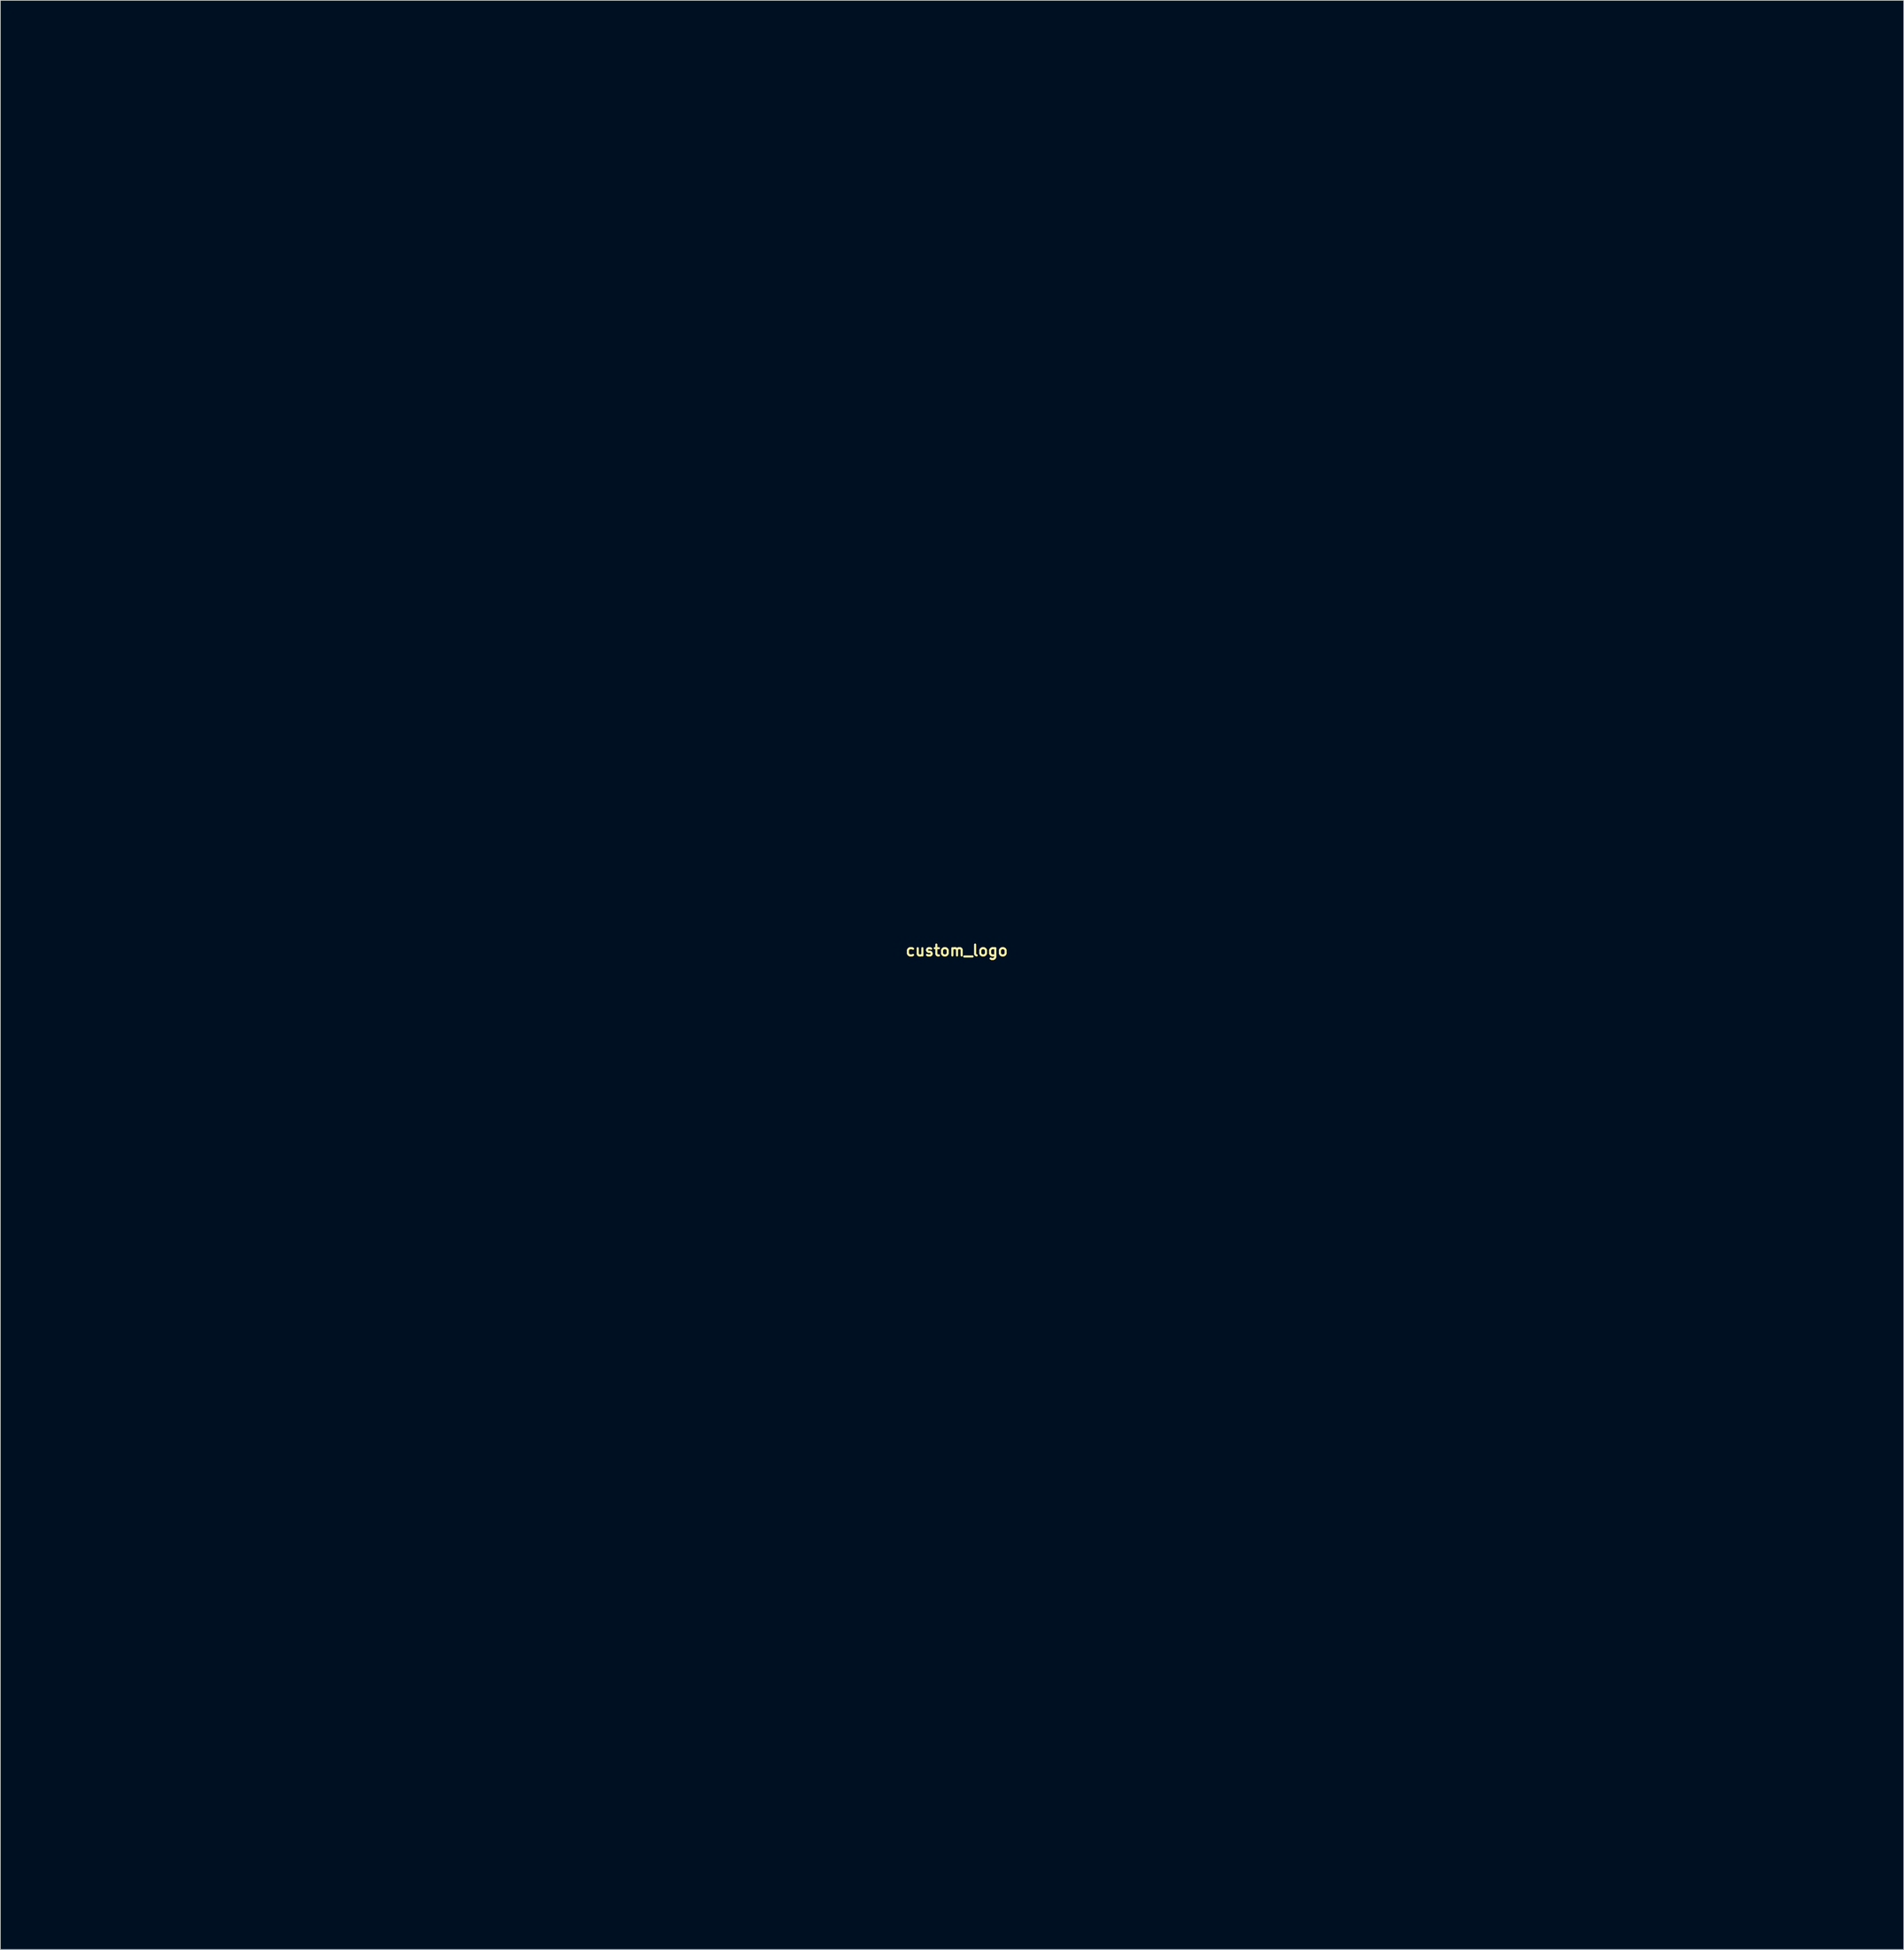
<source format=kicad_pcb>
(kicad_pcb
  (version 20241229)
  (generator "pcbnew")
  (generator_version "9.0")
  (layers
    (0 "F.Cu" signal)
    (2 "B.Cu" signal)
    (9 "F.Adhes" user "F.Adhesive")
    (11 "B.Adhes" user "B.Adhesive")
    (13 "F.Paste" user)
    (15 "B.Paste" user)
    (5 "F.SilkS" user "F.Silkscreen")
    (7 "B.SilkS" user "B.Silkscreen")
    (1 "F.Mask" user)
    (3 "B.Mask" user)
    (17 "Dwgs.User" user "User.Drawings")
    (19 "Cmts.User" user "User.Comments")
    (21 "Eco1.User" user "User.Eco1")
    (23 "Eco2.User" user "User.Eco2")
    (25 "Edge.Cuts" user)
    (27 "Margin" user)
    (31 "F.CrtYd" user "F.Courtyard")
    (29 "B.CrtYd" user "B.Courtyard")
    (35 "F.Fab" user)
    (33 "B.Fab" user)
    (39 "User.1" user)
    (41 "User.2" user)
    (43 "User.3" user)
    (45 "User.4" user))
  (footprint "custom_logo"
    (layer "F.Cu")
    (at 131.209 130.316)
    (property "Reference" "custom_logo" (at 0 0 0) (layer "F.SilkS") (effects (font (size 1.524 1.524) (thickness 0.3))))
    (attr through_hole)
    (fp_poly (pts (xy 40.158 -0.536) (xy 41.552 0.177) (xy 42.84 1.268) (xy 43.925 2.663) (xy 44.437 3.609) (xy 44.721 4.308) (xy 44.904 5.011) (xy 45.005 5.867) (xy 45.047 7.024) (xy 45.052 7.887) (xy 45.04 9.233) (xy 44.987 10.196) (xy 44.867 10.927) (xy 44.656 11.579) (xy 44.328 12.302) (xy 44.301 12.356) (xy 43.391 13.798) (xy 42.231 15.018) (xy 40.945 15.904) (xy 39.985 16.278) (xy 39.07 16.487) (xy 38.424 16.54) (xy 37.801 16.429) (xy 37.061 16.183) (xy 35.602 15.392) (xy 34.366 14.189) (xy 33.382 12.662) (xy 32.679 10.897) (xy 32.285 8.979) (xy 32.229 6.996) (xy 32.538 5.035) (xy 32.978 3.743) (xy 33.843 2.207) (xy 34.985 0.911) (xy 36.305 -0.07) (xy 37.705 -0.659) (xy 38.754 -0.796) (xy 40.158 -0.536)) (stroke (width 0.01) (type solid)) (fill no) (layer "Eco2.User"))
    (fp_poly (pts (xy 115.427 -126.171) (xy 116.138 -126.069) (xy 116.606 -125.861) (xy 116.84 -125.663) (xy 117.244 -124.898) (xy 117.31 -123.817) (xy 117.067 -122.491) (xy 116.545 -120.994) (xy 115.773 -119.397) (xy 114.781 -117.771) (xy 113.599 -116.189) (xy 112.383 -114.847) (xy 110.9 -113.484) (xy 109.315 -112.282) (xy 107.543 -111.195) (xy 105.498 -110.176) (xy 103.095 -109.178) (xy 100.249 -108.154) (xy 100.205 -108.139) (xy 98.726 -107.625) (xy 97.385 -107.138) (xy 96.283 -106.714) (xy 95.517 -106.393) (xy 95.23 -106.247) (xy 94.806 -105.781) (xy 94.243 -104.88) (xy 93.578 -103.614) (xy 92.845 -102.055) (xy 92.081 -100.271) (xy 91.571 -98.993) (xy 91.135 -98.014) (xy 90.723 -97.343) (xy 90.384 -97.029) (xy 90.165 -97.121) (xy 90.11 -97.523) (xy 90.193 -97.929) (xy 90.418 -98.743) (xy 90.756 -99.864) (xy 91.177 -101.192) (xy 91.43 -101.964) (xy 92.743 -105.938) (xy 87.947 -105.744) (xy 86.02 -105.678) (xy 84.604 -105.661) (xy 83.676 -105.691) (xy 83.214 -105.769) (xy 83.152 -105.831) (xy 83.183 -106.013) (xy 83.324 -106.164) (xy 83.643 -106.301) (xy 84.209 -106.443) (xy 85.092 -106.605) (xy 86.36 -106.805) (xy 88.083 -107.059) (xy 88.259 -107.085) (xy 89.808 -107.326) (xy 91.201 -107.573) (xy 92.34 -107.805) (xy 93.126 -108.003) (xy 93.432 -108.121) (xy 93.81 -108.522) (xy 93.821 -108.538) (xy 95.972 -108.538) (xy 96.714 -108.715) (xy 97.31 -108.869) (xy 98.249 -109.123) (xy 99.358 -109.431) (xy 99.728 -109.535) (xy 102.806 -110.598) (xy 105.698 -111.973) (xy 108.337 -113.612) (xy 110.656 -115.467) (xy 112.587 -117.49) (xy 114.062 -119.631) (xy 114.188 -119.863) (xy 114.672 -120.883) (xy 115.129 -122.039) (xy 115.5 -123.159) (xy 115.726 -124.07) (xy 115.767 -124.431) (xy 115.529 -124.564) (xy 114.889 -124.596) (xy 113.97 -124.543) (xy 112.894 -124.417) (xy 111.78 -124.233) (xy 110.752 -124.004) (xy 110.022 -123.779) (xy 107.638 -122.635) (xy 105.275 -121.01) (xy 102.988 -118.962) (xy 100.83 -116.543) (xy 98.855 -113.809) (xy 97.117 -110.814) (xy 96.949 -110.483) (xy 95.972 -108.538) (xy 93.821 -108.538) (xy 94.327 -109.262) (xy 94.885 -110.199) (xy 95.024 -110.457) (xy 97.096 -114.021) (xy 99.305 -117.161) (xy 101.631 -119.86) (xy 104.056 -122.103) (xy 106.559 -123.874) (xy 109.121 -125.157) (xy 111.724 -125.937) (xy 114.328 -126.198) (xy 115.427 -126.171)) (stroke (width 0.01) (type solid)) (fill no) (layer "Eco2.User"))
    (fp_poly (pts (xy -19.474 -130.266) (xy -17.658 -130.097) (xy -16.051 -129.773) (xy -14.493 -129.262) (xy -12.9 -128.569) (xy -11.581 -127.805) (xy -10.78 -126.992) (xy -10.482 -126.085) (xy -10.67 -125.042) (xy -11.204 -124.008) (xy -12.702 -122.062) (xy -14.644 -120.193) (xy -16.937 -118.462) (xy -19.49 -116.929) (xy -22.213 -115.654) (xy -25.014 -114.698) (xy -25.487 -114.572) (xy -27.667 -114.089) (xy -29.868 -113.752) (xy -32.175 -113.56) (xy -34.669 -113.511) (xy -37.436 -113.603) (xy -40.559 -113.834) (xy -43.848 -114.172) (xy -45.708 -114.353) (xy -47.147 -114.416) (xy -48.268 -114.357) (xy -49.171 -114.17) (xy -49.877 -113.893) (xy -50.401 -113.547) (xy -51.231 -112.886) (xy -52.294 -111.975) (xy -53.516 -110.877) (xy -54.825 -109.653) (xy -55.269 -109.228) (xy -56.753 -107.81) (xy -57.902 -106.748) (xy -58.752 -106.009) (xy -59.339 -105.565) (xy -59.7 -105.385) (xy -59.851 -105.411) (xy -60.124 -105.806) (xy -60.158 -105.941) (xy -59.987 -106.197) (xy -59.51 -106.79) (xy -58.776 -107.66) (xy -57.838 -108.746) (xy -56.746 -109.989) (xy -56.214 -110.587) (xy -55.065 -111.88) (xy -54.041 -113.043) (xy -53.194 -114.015) (xy -52.577 -114.737) (xy -52.241 -115.147) (xy -52.196 -115.214) (xy -52.413 -115.361) (xy -53.065 -115.666) (xy -54.082 -116.1) (xy -55.398 -116.634) (xy -55.825 -116.801) (xy -46.313 -116.801) (xy -45.99 -116.693) (xy -45.254 -116.531) (xy -44.22 -116.334) (xy -43.005 -116.124) (xy -41.726 -115.922) (xy -40.498 -115.747) (xy -39.972 -115.68) (xy -38.872 -115.597) (xy -37.402 -115.554) (xy -35.723 -115.549) (xy -33.996 -115.581) (xy -32.383 -115.647) (xy -31.047 -115.747) (xy -30.74 -115.781) (xy -26.937 -116.456) (xy -23.444 -117.504) (xy -20.289 -118.911) (xy -17.497 -120.663) (xy -15.095 -122.747) (xy -13.441 -124.686) (xy -12.954 -125.366) (xy -12.739 -125.827) (xy -12.849 -126.165) (xy -13.334 -126.474) (xy -14.246 -126.85) (xy -14.705 -127.026) (xy -17.677 -127.881) (xy -20.82 -128.242) (xy -24.113 -128.116) (xy -27.537 -127.507) (xy -31.071 -126.421) (xy -34.695 -124.865) (xy -38.388 -122.843) (xy -42.131 -120.362) (xy -44.436 -118.62) (xy -45.291 -117.913) (xy -45.933 -117.32) (xy -46.282 -116.921) (xy -46.313 -116.801) (xy -55.825 -116.801) (xy -56.945 -117.24) (xy -58.078 -117.673) (xy -60.242 -118.507) (xy -61.908 -119.184) (xy -63.088 -119.708) (xy -63.793 -120.084) (xy -64.035 -120.317) (xy -64.035 -120.322) (xy -63.947 -120.536) (xy -63.651 -120.642) (xy -63.1 -120.631) (xy -62.248 -120.496) (xy -61.046 -120.229) (xy -59.449 -119.82) (xy -57.408 -119.262) (xy -56.415 -118.984) (xy -54.104 -118.35) (xy -52.287 -117.893) (xy -50.968 -117.612) (xy -50.148 -117.509) (xy -49.932 -117.523) (xy -49.448 -117.746) (xy -48.656 -118.237) (xy -47.661 -118.928) (xy -46.571 -119.746) (xy -46.456 -119.836) (xy -42.985 -122.426) (xy -39.69 -124.594) (xy -36.489 -126.383) (xy -33.297 -127.839) (xy -30.03 -129.005) (xy -28.074 -129.565) (xy -26.749 -129.89) (xy -25.601 -130.106) (xy -24.443 -130.234) (xy -23.093 -130.295) (xy -21.657 -130.311) (xy -19.474 -130.266)) (stroke (width 0.01) (type solid)) (fill no) (layer "Eco2.User"))
    (fp_poly (pts (xy 0.037 -129.508) (xy 0.314 -129.406) (xy 0.746 -129.194) (xy 1.373 -128.848) (xy 2.239 -128.344) (xy 3.385 -127.66) (xy 4.852 -126.773) (xy 6.683 -125.658) (xy 8.92 -124.293) (xy 9.459 -123.963) (xy 10.969 -123.081) (xy 12.106 -122.51) (xy 12.918 -122.227) (xy 13.245 -122.187) (xy 13.888 -122.293) (xy 14.844 -122.575) (xy 15.943 -122.979) (xy 16.353 -123.15) (xy 20.66 -124.875) (xy 24.715 -126.205) (xy 28.602 -127.159) (xy 32.41 -127.756) (xy 36.223 -128.014) (xy 38.943 -128.003) (xy 42.265 -127.757) (xy 45.222 -127.222) (xy 47.921 -126.366) (xy 50.467 -125.154) (xy 52.87 -123.622) (xy 54.215 -122.536) (xy 55.087 -121.517) (xy 55.531 -120.5) (xy 55.612 -119.795) (xy 55.355 -118.896) (xy 54.603 -117.916) (xy 53.385 -116.879) (xy 51.728 -115.813) (xy 50.186 -114.993) (xy 46.803 -113.57) (xy 43.374 -112.628) (xy 39.828 -112.158) (xy 36.092 -112.146) (xy 33.905 -112.333) (xy 31.482 -112.724) (xy 28.749 -113.381) (xy 25.668 -114.315) (xy 22.203 -115.537) (xy 20.186 -116.31) (xy 18.081 -117.13) (xy 16.386 -117.758) (xy 15.018 -118.198) (xy 13.889 -118.453) (xy 12.914 -118.53) (xy 12.008 -118.432) (xy 11.085 -118.163) (xy 10.059 -117.728) (xy 8.844 -117.132) (xy 8.422 -116.919) (xy 6.89 -116.134) (xy 5.207 -115.261) (xy 3.595 -114.415) (xy 2.47 -113.816) (xy 1.294 -113.191) (xy 0.499 -112.798) (xy -0.002 -112.608) (xy -0.297 -112.594) (xy -0.472 -112.728) (xy -0.545 -112.85) (xy -0.597 -113.016) (xy -0.55 -113.208) (xy -0.364 -113.454) (xy 0.002 -113.784) (xy 0.589 -114.228) (xy 1.436 -114.814) (xy 2.584 -115.572) (xy 4.073 -116.531) (xy 5.945 -117.722) (xy 7.687 -118.823) (xy 8.687 -119.473) (xy 9.493 -120.032) (xy 10.013 -120.433) (xy 10.06 -120.485) (xy 16.25 -120.485) (xy 18.485 -119.364) (xy 22.198 -117.701) (xy 26.097 -116.316) (xy 29.993 -115.273) (xy 32.244 -114.838) (xy 34.116 -114.624) (xy 36.261 -114.525) (xy 38.521 -114.538) (xy 40.74 -114.656) (xy 42.758 -114.875) (xy 44.418 -115.191) (xy 44.517 -115.217) (xy 45.821 -115.609) (xy 47.197 -116.097) (xy 48.35 -116.576) (xy 48.365 -116.583) (xy 49.315 -117.073) (xy 50.36 -117.685) (xy 51.396 -118.348) (xy 52.322 -118.993) (xy 53.033 -119.549) (xy 53.427 -119.947) (xy 53.474 -120.056) (xy 53.255 -120.412) (xy 52.663 -120.951) (xy 51.798 -121.605) (xy 50.757 -122.304) (xy 49.638 -122.977) (xy 48.541 -123.555) (xy 48.527 -123.561) (xy 45.978 -124.612) (xy 43.356 -125.326) (xy 40.501 -125.741) (xy 38.902 -125.849) (xy 35.274 -125.803) (xy 31.403 -125.355) (xy 27.377 -124.525) (xy 23.282 -123.331) (xy 19.207 -121.793) (xy 18.123 -121.322) (xy 16.25 -120.485) (xy 10.06 -120.485) (xy 10.16 -120.597) (xy 9.954 -120.808) (xy 9.374 -121.289) (xy 8.478 -121.994) (xy 7.325 -122.879) (xy 5.972 -123.899) (xy 4.813 -124.761) (xy 3.345 -125.85) (xy 2.032 -126.837) (xy 0.931 -127.676) (xy 0.1 -128.322) (xy -0.403 -128.732) (xy -0.531 -128.859) (xy -0.402 -129.186) (xy -0.289 -129.381) (xy -0.223 -129.472) (xy -0.128 -129.522) (xy 0.037 -129.508)) (stroke (width 0.01) (type solid)) (fill no) (layer "Eco2.User"))
    (fp_poly (pts (xy -76.656 -93.93) (xy -75.536 -93.615) (xy -75.242 -93.455) (xy -74.52 -92.807) (xy -74.091 -91.964) (xy -73.955 -90.875) (xy -74.11 -89.485) (xy -74.557 -87.742) (xy -75.135 -86.027) (xy -76.681 -82.542) (xy -78.713 -79.259) (xy -81.219 -76.191) (xy -84.183 -73.355) (xy -87.592 -70.763) (xy -91.431 -68.432) (xy -92.68 -67.777) (xy -93.892 -67.217) (xy -95.54 -66.536) (xy -97.546 -65.764) (xy -99.832 -64.93) (xy -102.321 -64.064) (xy -102.819 -63.896) (xy -105.178 -63.103) (xy -107.098 -62.442) (xy -108.639 -61.861) (xy -109.865 -61.309) (xy -110.837 -60.736) (xy -111.618 -60.088) (xy -112.269 -59.316) (xy -112.854 -58.368) (xy -113.435 -57.192) (xy -114.073 -55.737) (xy -114.807 -54.008) (xy -115.517 -52.332) (xy -116.199 -50.709) (xy -116.808 -49.245) (xy -117.301 -48.045) (xy -117.633 -47.214) (xy -117.668 -47.124) (xy -118.107 -46.12) (xy -118.486 -45.584) (xy -118.785 -45.453) (xy -119.265 -45.635) (xy -119.406 -45.826) (xy -119.364 -46.17) (xy -119.173 -46.951) (xy -118.853 -48.102) (xy -118.424 -49.553) (xy -117.906 -51.234) (xy -117.318 -53.077) (xy -117.268 -53.232) (xy -116.675 -55.067) (xy -116.144 -56.727) (xy -115.695 -58.147) (xy -115.348 -59.261) (xy -115.124 -60.005) (xy -115.044 -60.313) (xy -115.044 -60.318) (xy -115.316 -60.318) (xy -116.047 -60.29) (xy -117.165 -60.239) (xy -118.595 -60.167) (xy -120.264 -60.077) (xy -121.519 -60.008) (xy -123.984 -59.87) (xy -125.968 -59.766) (xy -127.525 -59.694) (xy -128.709 -59.656) (xy -129.572 -59.652) (xy -130.168 -59.681) (xy -130.551 -59.744) (xy -130.773 -59.84) (xy -130.889 -59.971) (xy -130.918 -60.036) (xy -130.974 -60.48) (xy -130.917 -60.608) (xy -130.549 -60.749) (xy -129.673 -60.943) (xy -128.285 -61.19) (xy -126.378 -61.491) (xy -123.95 -61.846) (xy -120.995 -62.257) (xy -120.795 -62.284) (xy -119.043 -62.536) (xy -117.43 -62.794) (xy -116.044 -63.04) (xy -114.976 -63.259) (xy -114.316 -63.435) (xy -114.198 -63.483) (xy -113.732 -63.77) (xy -113.301 -64.16) (xy -113.044 -64.487) (xy -109.909 -64.487) (xy -107.448 -65.02) (xy -106.16 -65.331) (xy -104.588 -65.757) (xy -102.95 -66.236) (xy -101.756 -66.612) (xy -99.451 -67.454) (xy -96.967 -68.511) (xy -94.451 -69.711) (xy -92.052 -70.98) (xy -89.917 -72.244) (xy -88.633 -73.107) (xy -85.881 -75.293) (xy -83.393 -77.688) (xy -81.232 -80.215) (xy -79.463 -82.799) (xy -78.153 -85.362) (xy -78.115 -85.454) (xy -77.69 -86.552) (xy -77.335 -87.653) (xy -77.002 -88.922) (xy -76.645 -90.523) (xy -76.571 -90.876) (xy -76.438 -91.516) (xy -79.461 -91.365) (xy -82.19 -91.103) (xy -84.668 -90.572) (xy -87.136 -89.714) (xy -88.1 -89.3) (xy -91.13 -87.677) (xy -94.137 -85.551) (xy -97.091 -82.952) (xy -99.965 -79.912) (xy -102.728 -76.461) (xy -105.352 -72.631) (xy -107.809 -68.452) (xy -108.264 -67.603) (xy -109.909 -64.487) (xy -113.044 -64.487) (xy -112.854 -64.73) (xy -112.338 -65.555) (xy -111.701 -66.711) (xy -110.892 -68.275) (xy -110.873 -68.313) (xy -108.606 -72.392) (xy -106.101 -76.229) (xy -103.394 -79.784) (xy -100.524 -83.021) (xy -97.529 -85.902) (xy -94.447 -88.389) (xy -91.315 -90.446) (xy -88.172 -92.036) (xy -85.953 -92.86) (xy -83.913 -93.409) (xy -81.869 -93.796) (xy -79.916 -94.015) (xy -78.147 -94.062) (xy -76.656 -93.93)) (stroke (width 0.01) (type solid)) (fill no) (layer "Eco2.User"))
    (fp_poly (pts (xy 74.714 -99.866) (xy 74.967 -99.632) (xy 75.198 -99.333) (xy 75.699 -98.672) (xy 76.422 -97.715) (xy 77.315 -96.529) (xy 78.329 -95.18) (xy 79.415 -93.734) (xy 80.523 -92.257) (xy 81.602 -90.816) (xy 82.604 -89.478) (xy 83.392 -88.422) (xy 83.857 -87.801) (xy 84.265 -87.31) (xy 84.686 -86.933) (xy 85.185 -86.651) (xy 85.832 -86.449) (xy 86.694 -86.31) (xy 87.838 -86.216) (xy 89.333 -86.151) (xy 91.246 -86.099) (xy 92.911 -86.059) (xy 96.04 -85.961) (xy 98.74 -85.816) (xy 101.111 -85.612) (xy 103.259 -85.335) (xy 105.285 -84.97) (xy 107.292 -84.504) (xy 109.385 -83.924) (xy 109.825 -83.792) (xy 114.013 -82.32) (xy 117.77 -80.57) (xy 121.089 -78.551) (xy 123.961 -76.267) (xy 126.377 -73.725) (xy 128.329 -70.932) (xy 129.056 -69.591) (xy 129.666 -68.127) (xy 129.879 -66.941) (xy 129.697 -65.953) (xy 129.119 -65.083) (xy 129.098 -65.061) (xy 128.237 -64.449) (xy 126.932 -63.922) (xy 125.272 -63.493) (xy 123.344 -63.173) (xy 121.233 -62.975) (xy 119.028 -62.911) (xy 116.816 -62.994) (xy 115.369 -63.137) (xy 111.617 -63.866) (xy 107.851 -65.106) (xy 104.055 -66.863) (xy 100.212 -69.144) (xy 99.701 -69.484) (xy 98.695 -70.173) (xy 97.77 -70.836) (xy 96.866 -71.524) (xy 95.921 -72.29) (xy 94.874 -73.185) (xy 93.663 -74.262) (xy 92.227 -75.573) (xy 90.504 -77.17) (xy 89.278 -78.315) (xy 87.98 -79.503) (xy 86.744 -80.592) (xy 85.646 -81.515) (xy 84.762 -82.21) (xy 84.171 -82.611) (xy 84.087 -82.653) (xy 83.035 -82.976) (xy 81.776 -83.138) (xy 81.474 -83.146) (xy 80.772 -83.12) (xy 79.638 -83.044) (xy 78.174 -82.928) (xy 76.48 -82.781) (xy 74.657 -82.612) (xy 72.804 -82.431) (xy 71.024 -82.247) (xy 69.415 -82.069) (xy 68.112 -81.91) (xy 67.349 -81.829) (xy 66.976 -81.884) (xy 66.853 -82.13) (xy 66.842 -82.42) (xy 66.831 -82.626) (xy 66.835 -82.792) (xy 66.909 -82.933) (xy 67.105 -83.063) (xy 67.48 -83.197) (xy 67.826 -83.285) (xy 87.904 -83.285) (xy 90.809 -80.23) (xy 94.533 -76.585) (xy 98.282 -73.465) (xy 102.07 -70.86) (xy 105.913 -68.762) (xy 109.827 -67.16) (xy 113.826 -66.045) (xy 113.899 -66.029) (xy 115.387 -65.787) (xy 117.135 -65.623) (xy 118.979 -65.539) (xy 120.755 -65.542) (xy 122.3 -65.635) (xy 123.257 -65.777) (xy 124.409 -66.047) (xy 125.529 -66.348) (xy 126.5 -66.644) (xy 127.205 -66.898) (xy 127.527 -67.075) (xy 127.535 -67.096) (xy 127.404 -67.382) (xy 127.05 -68.016) (xy 126.536 -68.892) (xy 126.151 -69.527) (xy 124.125 -72.331) (xy 121.668 -74.838) (xy 118.801 -77.039) (xy 115.543 -78.926) (xy 111.913 -80.492) (xy 107.931 -81.727) (xy 103.616 -82.625) (xy 98.987 -83.178) (xy 94.064 -83.376) (xy 92.546 -83.366) (xy 87.904 -83.285) (xy 67.826 -83.285) (xy 68.086 -83.351) (xy 68.98 -83.54) (xy 70.214 -83.779) (xy 71.844 -84.082) (xy 73.923 -84.465) (xy 74.863 -84.639) (xy 76.7 -84.98) (xy 78.355 -85.291) (xy 79.759 -85.558) (xy 80.841 -85.768) (xy 81.531 -85.907) (xy 81.759 -85.962) (xy 81.644 -86.196) (xy 81.283 -86.828) (xy 80.709 -87.801) (xy 79.956 -89.056) (xy 79.059 -90.538) (xy 78.052 -92.187) (xy 77.789 -92.616) (xy 76.662 -94.472) (xy 75.691 -96.116) (xy 74.902 -97.499) (xy 74.322 -98.574) (xy 73.977 -99.292) (xy 73.893 -99.601) (xy 74.236 -99.961) (xy 74.714 -99.866)) (stroke (width 0.01) (type solid)) (fill no) (layer "Eco2.User"))
    (fp_poly (pts (xy -16.375 -107.825) (xy -14.192 -107.592) (xy -12.566 -107.262) (xy -10.825 -106.723) (xy -9.159 -106.077) (xy -7.666 -105.374) (xy -6.445 -104.662) (xy -5.594 -103.99) (xy -5.321 -103.659) (xy -4.922 -102.641) (xy -4.963 -101.531) (xy -5.457 -100.301) (xy -6.415 -98.925) (xy -7.849 -97.375) (xy -8.379 -96.867) (xy -11.463 -94.312) (xy -14.782 -92.205) (xy -18.361 -90.535) (xy -22.223 -89.294) (xy -26.391 -88.473) (xy -30.841 -88.064) (xy -32.059 -88.023) (xy -33.26 -88.017) (xy -34.516 -88.053) (xy -35.897 -88.136) (xy -37.475 -88.273) (xy -39.323 -88.469) (xy -41.511 -88.729) (xy -44.111 -89.061) (xy -45.987 -89.308) (xy -48.042 -89.556) (xy -49.664 -89.684) (xy -50.943 -89.687) (xy -51.968 -89.557) (xy -52.83 -89.289) (xy -53.619 -88.877) (xy -53.798 -88.762) (xy -54.321 -88.37) (xy -55.17 -87.681) (xy -56.273 -86.755) (xy -57.559 -85.652) (xy -58.956 -84.433) (xy -59.855 -83.639) (xy -61.22 -82.429) (xy -62.456 -81.342) (xy -63.504 -80.427) (xy -64.309 -79.733) (xy -64.814 -79.309) (xy -64.962 -79.199) (xy -65.27 -79.314) (xy -65.499 -79.534) (xy -65.589 -79.689) (xy -65.593 -79.885) (xy -65.479 -80.164) (xy -65.213 -80.563) (xy -64.763 -81.123) (xy -64.096 -81.883) (xy -63.178 -82.882) (xy -61.977 -84.161) (xy -60.46 -85.758) (xy -59.238 -87.04) (xy -57.914 -88.442) (xy -56.942 -89.509) (xy -56.292 -90.28) (xy -55.932 -90.793) (xy -55.831 -91.087) (xy -55.883 -91.175) (xy -56.22 -91.335) (xy -56.983 -91.671) (xy -58.106 -92.155) (xy -59.018 -92.543) (xy -48.978 -92.543) (xy -47.951 -92.275) (xy -45.781 -91.778) (xy -43.28 -91.317) (xy -40.653 -90.926) (xy -38.105 -90.636) (xy -36.897 -90.537) (xy -35.419 -90.488) (xy -33.589 -90.508) (xy -31.585 -90.586) (xy -29.582 -90.716) (xy -27.76 -90.887) (xy -26.6 -91.041) (xy -22.663 -91.875) (xy -18.982 -93.086) (xy -15.623 -94.651) (xy -13.687 -95.817) (xy -12.512 -96.7) (xy -11.19 -97.85) (xy -9.869 -99.128) (xy -8.696 -100.389) (xy -7.824 -101.485) (xy -7.251 -102.306) (xy -8.023 -102.761) (xy -9.075 -103.284) (xy -10.472 -103.842) (xy -12.031 -104.369) (xy -13.572 -104.803) (xy -14.224 -104.953) (xy -15.825 -105.186) (xy -17.774 -105.307) (xy -19.898 -105.319) (xy -22.023 -105.221) (xy -23.973 -105.013) (xy -24.496 -104.93) (xy -27.632 -104.2) (xy -30.998 -103.081) (xy -34.506 -101.614) (xy -38.07 -99.842) (xy -41.604 -97.806) (xy -45.021 -95.549) (xy -47.416 -93.768) (xy -48.978 -92.543) (xy -59.018 -92.543) (xy -59.522 -92.758) (xy -61.162 -93.451) (xy -62.961 -94.205) (xy -63.154 -94.286) (xy -64.942 -95.037) (xy -66.558 -95.726) (xy -67.938 -96.325) (xy -69.021 -96.806) (xy -69.743 -97.141) (xy -70.042 -97.303) (xy -70.046 -97.311) (xy -69.918 -97.635) (xy -69.796 -97.845) (xy -69.669 -97.98) (xy -69.459 -98.054) (xy -69.114 -98.054) (xy -68.584 -97.967) (xy -67.817 -97.781) (xy -66.763 -97.481) (xy -65.37 -97.057) (xy -63.588 -96.494) (xy -61.366 -95.78) (xy -60.559 -95.519) (xy -58.404 -94.822) (xy -56.679 -94.284) (xy -55.298 -93.912) (xy -54.18 -93.711) (xy -53.24 -93.687) (xy -52.395 -93.845) (xy -51.562 -94.193) (xy -50.657 -94.735) (xy -49.597 -95.477) (xy -48.369 -96.374) (xy -43.878 -99.451) (xy -39.5 -102.038) (xy -35.19 -104.157) (xy -30.903 -105.83) (xy -26.594 -107.079) (xy -25.758 -107.273) (xy -23.625 -107.633) (xy -21.247 -107.846) (xy -18.779 -107.91) (xy -16.375 -107.825)) (stroke (width 0.01) (type solid)) (fill no) (layer "Eco2.User"))
    (fp_poly (pts (xy -75.6 -123.634) (xy -74.094 -123.534) (xy -72.948 -123.354) (xy -72.749 -123.3) (xy -71.478 -122.759) (xy -70.614 -122.005) (xy -70.158 -121.018) (xy -70.108 -119.776) (xy -70.466 -118.258) (xy -71.23 -116.442) (xy -72.402 -114.306) (xy -72.765 -113.71) (xy -73.927 -112.052) (xy -75.422 -110.25) (xy -77.124 -108.433) (xy -78.906 -106.731) (xy -80.642 -105.275) (xy -81.667 -104.535) (xy -84.533 -102.829) (xy -87.769 -101.263) (xy -91.215 -99.902) (xy -94.712 -98.811) (xy -96.972 -98.27) (xy -97.887 -98.09) (xy -99.194 -97.847) (xy -100.761 -97.564) (xy -102.452 -97.266) (xy -103.656 -97.059) (xy -105.673 -96.712) (xy -107.239 -96.434) (xy -108.432 -96.205) (xy -109.328 -96.007) (xy -110.006 -95.821) (xy -110.542 -95.629) (xy -111.013 -95.411) (xy -111.472 -95.162) (xy -111.92 -94.866) (xy -112.387 -94.45) (xy -112.906 -93.869) (xy -113.509 -93.075) (xy -114.23 -92.021) (xy -115.1 -90.663) (xy -116.154 -88.952) (xy -117.422 -86.842) (xy -118.062 -85.766) (xy -118.889 -84.387) (xy -119.625 -83.179) (xy -120.229 -82.214) (xy -120.655 -81.561) (xy -120.859 -81.291) (xy -120.866 -81.288) (xy -121.176 -81.421) (xy -121.494 -81.63) (xy -121.62 -81.761) (xy -121.671 -81.96) (xy -121.623 -82.282) (xy -121.456 -82.781) (xy -121.147 -83.512) (xy -120.673 -84.527) (xy -120.013 -85.882) (xy -119.145 -87.631) (xy -118.589 -88.744) (xy -117.719 -90.49) (xy -116.938 -92.073) (xy -116.275 -93.432) (xy -115.759 -94.507) (xy -115.42 -95.237) (xy -115.287 -95.561) (xy -115.287 -95.571) (xy -115.566 -95.615) (xy -116.294 -95.697) (xy -117.385 -95.81) (xy -118.754 -95.945) (xy -120.316 -96.092) (xy -122.985 -96.339) (xy -125.171 -96.544) (xy -126.92 -96.713) (xy -128.28 -96.854) (xy -129.3 -96.974) (xy -130.028 -97.081) (xy -130.511 -97.182) (xy -130.798 -97.283) (xy -130.937 -97.392) (xy -130.976 -97.517) (xy -130.962 -97.665) (xy -130.957 -97.697) (xy -130.922 -97.852) (xy -130.829 -97.977) (xy -130.623 -98.075) (xy -130.249 -98.152) (xy -129.652 -98.211) (xy -128.777 -98.258) (xy -127.569 -98.297) (xy -125.972 -98.331) (xy -123.932 -98.366) (xy -122.321 -98.392) (xy -120.216 -98.431) (xy -118.269 -98.481) (xy -116.549 -98.538) (xy -115.122 -98.6) (xy -114.058 -98.664) (xy -113.425 -98.727) (xy -113.287 -98.759) (xy -112.983 -99.039) (xy -112.924 -99.106) (xy -109.237 -99.106) (xy -109.131 -98.976) (xy -108.763 -98.933) (xy -108.063 -98.965) (xy -106.962 -99.066) (xy -105.572 -99.206) (xy -100.863 -99.87) (xy -96.358 -100.884) (xy -92.104 -102.227) (xy -88.147 -103.881) (xy -84.534 -105.826) (xy -81.31 -108.042) (xy -78.63 -110.404) (xy -76.408 -112.919) (xy -74.648 -115.571) (xy -73.359 -118.261) (xy -72.945 -119.314) (xy -72.723 -119.983) (xy -72.675 -120.376) (xy -72.782 -120.6) (xy -72.936 -120.713) (xy -73.36 -120.81) (xy -74.22 -120.89) (xy -75.416 -120.949) (xy -76.85 -120.981) (xy -77.537 -120.984) (xy -79.757 -120.943) (xy -81.614 -120.799) (xy -83.275 -120.518) (xy -84.907 -120.069) (xy -86.678 -119.418) (xy -87.666 -119.008) (xy -90.62 -117.528) (xy -93.662 -115.595) (xy -96.725 -113.27) (xy -99.744 -110.611) (xy -102.653 -107.679) (xy -105.387 -104.534) (xy -107.879 -101.234) (xy -108.939 -99.662) (xy -109.15 -99.331) (xy -109.237 -99.106) (xy -112.924 -99.106) (xy -112.422 -99.68) (xy -111.661 -100.612) (xy -110.758 -101.763) (xy -109.771 -103.064) (xy -109.691 -103.17) (xy -106.306 -107.399) (xy -102.792 -111.186) (xy -99.17 -114.518) (xy -95.46 -117.377) (xy -91.683 -119.749) (xy -87.858 -121.619) (xy -84.005 -122.97) (xy -83.736 -123.044) (xy -82.484 -123.297) (xy -80.907 -123.486) (xy -79.143 -123.607) (xy -77.329 -123.658) (xy -75.6 -123.634)) (stroke (width 0.01) (type solid)) (fill no) (layer "Eco2.User"))
    (fp_poly (pts (xy 3.844 -109.257) (xy 4.232 -109.111) (xy 4.822 -108.802) (xy 5.649 -108.306) (xy 6.748 -107.602) (xy 8.156 -106.665) (xy 9.908 -105.475) (xy 12.041 -104.008) (xy 13.334 -103.113) (xy 14.931 -102.011) (xy 16.197 -101.194) (xy 17.242 -100.643) (xy 18.179 -100.345) (xy 19.118 -100.283) (xy 20.171 -100.44) (xy 21.449 -100.802) (xy 23.064 -101.353) (xy 23.821 -101.619) (xy 28.232 -103.048) (xy 32.377 -104.121) (xy 36.37 -104.86) (xy 40.324 -105.286) (xy 43.982 -105.421) (xy 46.7 -105.39) (xy 49.031 -105.252) (xy 51.117 -104.988) (xy 53.098 -104.579) (xy 55.115 -104.006) (xy 55.613 -103.844) (xy 57.791 -103.015) (xy 59.86 -102.027) (xy 61.766 -100.922) (xy 63.457 -99.743) (xy 64.88 -98.533) (xy 65.982 -97.335) (xy 66.709 -96.192) (xy 67.008 -95.148) (xy 66.974 -94.642) (xy 66.527 -93.658) (xy 65.602 -92.653) (xy 64.183 -91.612) (xy 62.254 -90.521) (xy 61.703 -90.245) (xy 59.489 -89.23) (xy 57.459 -88.466) (xy 55.465 -87.92) (xy 53.362 -87.56) (xy 51.003 -87.351) (xy 48.661 -87.268) (xy 46.342 -87.251) (xy 44.467 -87.299) (xy 42.946 -87.416) (xy 41.843 -87.576) (xy 40.222 -87.894) (xy 38.701 -88.239) (xy 37.21 -88.636) (xy 35.681 -89.111) (xy 34.044 -89.687) (xy 32.229 -90.389) (xy 30.167 -91.244) (xy 27.789 -92.275) (xy 25.025 -93.507) (xy 23.929 -94.002) (xy 22.316 -94.718) (xy 21.074 -95.231) (xy 20.099 -95.575) (xy 19.283 -95.786) (xy 18.522 -95.899) (xy 18.162 -95.928) (xy 17.583 -95.949) (xy 17.015 -95.92) (xy 16.401 -95.821) (xy 15.685 -95.632) (xy 14.811 -95.331) (xy 13.723 -94.899) (xy 12.364 -94.314) (xy 10.679 -93.556) (xy 8.611 -92.604) (xy 6.698 -91.715) (xy 5.189 -91.016) (xy 4.09 -90.523) (xy 3.327 -90.214) (xy 2.827 -90.064) (xy 2.516 -90.051) (xy 2.32 -90.149) (xy 2.21 -90.277) (xy 2.085 -90.444) (xy 2.012 -90.59) (xy 2.037 -90.749) (xy 2.205 -90.95) (xy 2.561 -91.226) (xy 3.15 -91.606) (xy 4.018 -92.122) (xy 5.21 -92.805) (xy 6.771 -93.687) (xy 8.747 -94.798) (xy 9.008 -94.945) (xy 10.658 -95.874) (xy 12.144 -96.714) (xy 13.406 -97.429) (xy 14.383 -97.986) (xy 14.501 -98.055) (xy 21.841 -98.055) (xy 22.885 -97.399) (xy 23.497 -97.047) (xy 24.473 -96.522) (xy 25.699 -95.885) (xy 27.058 -95.197) (xy 27.63 -94.913) (xy 32.177 -92.898) (xy 36.675 -91.371) (xy 41.101 -90.334) (xy 45.432 -89.793) (xy 49.645 -89.751) (xy 53.717 -90.212) (xy 54.489 -90.359) (xy 55.879 -90.7) (xy 57.375 -91.154) (xy 58.676 -91.628) (xy 58.791 -91.676) (xy 59.742 -92.123) (xy 60.816 -92.692) (xy 61.909 -93.321) (xy 62.919 -93.946) (xy 63.744 -94.505) (xy 64.282 -94.934) (xy 64.436 -95.147) (xy 64.243 -95.46) (xy 63.732 -96.009) (xy 63.008 -96.698) (xy 62.173 -97.433) (xy 61.331 -98.119) (xy 60.624 -98.635) (xy 58.412 -99.915) (xy 55.848 -101.05) (xy 53.112 -101.961) (xy 52.803 -102.046) (xy 51.848 -102.291) (xy 51.008 -102.474) (xy 50.175 -102.603) (xy 49.244 -102.689) (xy 48.106 -102.74) (xy 46.654 -102.767) (xy 44.782 -102.779) (xy 44.651 -102.779) (xy 42.45 -102.773) (xy 40.671 -102.733) (xy 39.2 -102.654) (xy 37.926 -102.527) (xy 36.735 -102.348) (xy 36.496 -102.305) (xy 30.589 -100.96) (xy 24.679 -99.108) (xy 23.42 -98.647) (xy 21.841 -98.055) (xy 14.501 -98.055) (xy 15.014 -98.351) (xy 15.24 -98.488) (xy 15.24 -98.488) (xy 15.042 -98.661) (xy 14.482 -99.131) (xy 13.612 -99.856) (xy 12.483 -100.792) (xy 11.145 -101.898) (xy 9.651 -103.131) (xy 9.236 -103.473) (xy 7.705 -104.745) (xy 6.317 -105.92) (xy 5.124 -106.951) (xy 4.178 -107.793) (xy 3.53 -108.401) (xy 3.234 -108.728) (xy 3.221 -108.76) (xy 3.424 -109.143) (xy 3.621 -109.261) (xy 3.844 -109.257)) (stroke (width 0.01) (type solid)) (fill no) (layer "Eco2.User"))
    (fp_poly (pts (xy 29.162 -79.696) (xy 31.529 -79.128) (xy 33.472 -78.29) (xy 34.811 -77.41) (xy 36.113 -76.261) (xy 37.253 -74.978) (xy 38.103 -73.697) (xy 38.411 -73.015) (xy 38.874 -71.712) (xy 40.358 -71.544) (xy 41.511 -71.318) (xy 42.734 -70.938) (xy 43.234 -70.731) (xy 44.113 -70.364) (xy 44.754 -70.232) (xy 45.381 -70.302) (xy 45.641 -70.368) (xy 47.316 -70.595) (xy 49.181 -70.453) (xy 51.076 -69.982) (xy 52.846 -69.222) (xy 54.333 -68.21) (xy 54.357 -68.189) (xy 55.35 -67.317) (xy 56.752 -67.873) (xy 58.525 -68.491) (xy 60.138 -68.838) (xy 61.84 -68.954) (xy 63.166 -68.922) (xy 65.662 -68.626) (xy 67.861 -67.978) (xy 69.903 -66.935) (xy 70.066 -66.832) (xy 72.076 -65.274) (xy 73.788 -63.405) (xy 75.127 -61.326) (xy 76.018 -59.135) (xy 76.099 -58.839) (xy 76.364 -57.873) (xy 76.618 -57.271) (xy 76.975 -56.876) (xy 77.548 -56.532) (xy 77.922 -56.345) (xy 80.086 -55.041) (xy 82.049 -53.394) (xy 83.714 -51.505) (xy 84.982 -49.476) (xy 85.35 -48.661) (xy 85.643 -47.814) (xy 85.825 -46.935) (xy 85.92 -45.856) (xy 85.95 -44.413) (xy 85.95 -44.383) (xy 85.936 -43.022) (xy 85.868 -42.023) (xy 85.719 -41.212) (xy 85.461 -40.416) (xy 85.24 -39.87) (xy 84.523 -38.165) (xy 85.307 -36.776) (xy 86.256 -34.613) (xy 86.865 -32.165) (xy 87.119 -29.573) (xy 87 -26.977) (xy 86.644 -25.063) (xy 86.063 -23.146) (xy 85.34 -21.526) (xy 84.361 -19.969) (xy 83.803 -19.22) (xy 82.638 -17.718) (xy 84.953 -16.965) (xy 88.869 -15.416) (xy 92.66 -13.37) (xy 96.305 -10.856) (xy 99.779 -7.902) (xy 103.061 -4.538) (xy 106.126 -0.79) (xy 108.952 3.311) (xy 111.516 7.738) (xy 113.794 12.462) (xy 115.765 17.455) (xy 117.405 22.687) (xy 117.631 23.529) (xy 118.395 26.444) (xy 105.252 26.438) (xy 99.626 26.457) (xy 94.44 26.522) (xy 89.599 26.636) (xy 85.008 26.806) (xy 80.574 27.036) (xy 76.203 27.33) (xy 71.801 27.693) (xy 67.274 28.13) (xy 63.901 28.491) (xy 57.846 29.229) (xy 52.1 30.066) (xy 46.679 30.995) (xy 41.6 32.01) (xy 36.881 33.105) (xy 32.54 34.274) (xy 28.592 35.512) (xy 25.055 36.813) (xy 21.947 38.17) (xy 19.285 39.578) (xy 17.085 41.03) (xy 15.365 42.522) (xy 14.143 44.047) (xy 13.434 45.599) (xy 13.365 45.87) (xy 13.157 46.789) (xy 14.266 46.792) (xy 15.307 46.813) (xy 16.78 46.87) (xy 18.583 46.955) (xy 20.614 47.064) (xy 22.77 47.19) (xy 24.951 47.327) (xy 27.054 47.47) (xy 28.978 47.612) (xy 30.48 47.735) (xy 36.112 48.312) (xy 41.527 49.033) (xy 46.7 49.89) (xy 51.608 50.874) (xy 56.226 51.975) (xy 60.529 53.186) (xy 64.492 54.497) (xy 68.092 55.9) (xy 71.302 57.386) (xy 74.1 58.946) (xy 76.46 60.572) (xy 78.358 62.254) (xy 79.768 63.985) (xy 80.612 65.603) (xy 81.063 66.785) (xy 82.976 66.947) (xy 83.585 66.979) (xy 84.676 67.014) (xy 86.196 67.052) (xy 88.091 67.091) (xy 90.311 67.131) (xy 92.8 67.17) (xy 95.507 67.208) (xy 98.379 67.244) (xy 101.363 67.277) (xy 101.399 67.277) (xy 104.316 67.309) (xy 107.068 67.345) (xy 109.611 67.382) (xy 111.897 67.422) (xy 113.883 67.461) (xy 115.522 67.501) (xy 116.769 67.539) (xy 117.579 67.575) (xy 117.905 67.607) (xy 117.909 67.611) (xy 117.836 67.915) (xy 117.635 68.631) (xy 117.334 69.661) (xy 116.963 70.906) (xy 116.858 71.254) (xy 114.877 77.003) (xy 112.52 82.398) (xy 109.793 87.428) (xy 106.704 92.079) (xy 103.259 96.341) (xy 100.937 98.793) (xy 97.953 101.54) (xy 94.93 103.865) (xy 91.729 105.869) (xy 89.702 106.941) (xy 87.08 108.164) (xy 84.682 109.094) (xy 82.332 109.789) (xy 79.851 110.309) (xy 79.476 110.373) (xy 76.736 110.824) (xy 76.735 123.992) (xy 76.735 137.16) (xy -67.644 137.16) (xy -67.644 105.725) (xy -70.231 104.705) (xy -71.553 104.21) (xy -72.514 103.923) (xy -73.231 103.817) (xy -73.774 103.852) (xy -75.587 104.1) (xy -77.671 104.273) (xy -79.817 104.36) (xy -81.814 104.352) (xy -83.16 104.273) (xy -87.008 103.72) (xy -90.574 102.831) (xy -93.826 101.623) (xy -96.732 100.115) (xy -99.261 98.323) (xy -101.381 96.266) (xy -103.059 93.96) (xy -103.629 92.915) (xy -104.148 91.793) (xy -104.473 90.847) (xy -104.663 89.845) (xy -104.78 88.554) (xy -104.786 88.46) (xy -104.942 86.03) (xy -106.413 85.571) (xy -109.234 84.414) (xy -111.817 82.797) (xy -114.131 80.752) (xy -116.144 78.314) (xy -117.822 75.514) (xy -119.136 72.387) (xy -119.144 72.364) (xy -119.769 70.236) (xy -120.155 68.154) (xy -120.337 65.889) (xy -120.362 64.722) (xy -120.381 62.088) (xy -122.073 60.968) (xy -123.628 59.775) (xy -125.247 58.254) (xy -126.779 56.566) (xy -128.07 54.871) (xy -128.558 54.107) (xy -129.933 51.276) (xy -130.812 48.325) (xy -131.204 45.312) (xy -131.119 42.289) (xy -130.565 39.314) (xy -129.552 36.441) (xy -128.09 33.725) (xy -126.187 31.221) (xy -124.4 29.449) (xy -122.905 28.137) (xy -122.858 24.028) (xy -122.818 22.141) (xy -122.729 20.635) (xy -122.563 19.357) (xy -122.297 18.153) (xy -121.902 16.87) (xy -121.41 15.503) (xy -120.935 14.426) (xy -120.312 13.252) (xy -119.918 12.607) (xy -119.46 11.87) (xy -119.169 11.236) (xy -118.999 10.532) (xy -118.9 9.582) (xy -118.851 8.73) (xy -118.732 7.357) (xy -118.615 6.532) (xy 11.233 6.532) (xy 11.464 9.575) (xy 12.156 12.364) (xy 13.326 14.941) (xy 14.991 17.349) (xy 15.927 18.411) (xy 18.245 20.506) (xy 20.779 22.129) (xy 23.49 23.265) (xy 26.341 23.903) (xy 29.294 24.032) (xy 32.218 23.658) (xy 35.09 22.786) (xy 37.731 21.455) (xy 40.096 19.71) (xy 42.14 17.593) (xy 43.819 15.146) (xy 45.087 12.414) (xy 45.587 10.828) (xy 45.851 9.366) (xy 45.987 7.588) (xy 45.993 5.698) (xy 45.871 3.899) (xy 45.62 2.394) (xy 45.589 2.273) (xy 44.582 -0.54) (xy 43.141 -3.102) (xy 41.319 -5.374) (xy 39.168 -7.315) (xy 36.739 -8.884) (xy 34.085 -10.042) (xy 31.257 -10.747) (xy 28.574 -10.962) (xy 26.593 -10.796) (xy 24.407 -10.332) (xy 22.215 -9.619) (xy 20.865 -9.038) (xy 19.703 -8.435) (xy 18.714 -7.8) (xy 17.741 -7.013) (xy 16.626 -5.959) (xy 16.313 -5.646) (xy 14.327 -3.346) (xy 12.85 -0.936) (xy 11.86 1.636) (xy 11.336 4.424) (xy 11.233 6.532) (xy -118.615 6.532) (xy -118.53 5.928) (xy -118.282 4.708) (xy -118.226 4.497) (xy -117.724 2.71) (xy -118.334 0.887) (xy -119.127 -2.304) (xy -119.394 -5.534) (xy -119.139 -8.76) (xy -118.364 -11.943) (xy -117.105 -14.978) (xy -116.553 -15.936) (xy -115.802 -17.06) (xy -114.941 -18.235) (xy -114.062 -19.341) (xy -113.256 -20.262) (xy -112.611 -20.881) (xy -112.462 -20.991) (xy -112.122 -21.283) (xy -111.901 -21.706) (xy -111.752 -22.395) (xy -111.632 -23.472) (xy -111.219 -25.976) (xy -110.48 -28.26) (xy -109.589 -29.986) (xy -108.375 -31.558) (xy -106.89 -32.954) (xy -105.255 -34.088) (xy -103.59 -34.874) (xy -102.32 -35.193) (xy -101.671 -35.317) (xy -101.23 -35.55) (xy -100.853 -36.018) (xy -100.398 -36.845) (xy -100.39 -36.859) (xy -99.624 -38.049) (xy -98.523 -39.386) (xy -97.213 -40.744) (xy -95.822 -42) (xy -94.475 -43.027) (xy -93.634 -43.54) (xy -91.952 -44.427) (xy -92.884 -45.458) (xy -93.711 -46.683) (xy -94.038 -47.929) (xy -93.899 -49.167) (xy -93.326 -50.365) (xy -92.353 -51.492) (xy -91.012 -52.518) (xy -89.336 -53.411) (xy -87.357 -54.142) (xy -85.11 -54.679) (xy -82.719 -54.984) (xy -80.549 -55.151) (xy -79.996 -56.29) (xy -79.379 -57.28) (xy -78.44 -58.453) (xy -77.296 -59.687) (xy -76.061 -60.858) (xy -74.853 -61.844) (xy -74.502 -62.093) (xy -71.429 -63.868) (xy -68.022 -65.257) (xy -64.337 -66.243) (xy -60.428 -66.807) (xy -60.404 -66.809) (xy -57.424 -67.065) (xy -56.099 -68.419) (xy -54.268 -69.919) (xy -52.134 -71.043) (xy -49.785 -71.776) (xy -47.31 -72.105) (xy -44.801 -72.014) (xy -42.344 -71.491) (xy -40.684 -70.85) (xy -39.731 -70.426) (xy -39.048 -70.213) (xy -38.428 -70.175) (xy -37.666 -70.277) (xy -37.506 -70.306) (xy -36.5 -70.577) (xy -35.619 -71.045) (xy -34.674 -71.796) (xy -33.124 -72.945) (xy -31.206 -74.026) (xy -29.087 -74.956) (xy -26.936 -75.653) (xy -26.748 -75.701) (xy -25.668 -75.947) (xy -24.689 -76.099) (xy -23.648 -76.171) (xy -22.379 -76.174) (xy -21 -76.133) (xy -18.343 -75.926) (xy -16.045 -75.5) (xy -13.963 -74.815) (xy -11.953 -73.833) (xy -11.418 -73.521) (xy -9.607 -72.428) (xy -8.346 -73.542) (xy -6.115 -75.168) (xy -3.562 -76.423) (xy -0.77 -77.287) (xy 2.179 -77.741) (xy 5.204 -77.764) (xy 7.766 -77.433) (xy 9.038 -77.109) (xy 10.468 -76.624) (xy 11.929 -76.036) (xy 13.293 -75.401) (xy 14.433 -74.775) (xy 15.219 -74.215) (xy 15.36 -74.077) (xy 15.646 -73.79) (xy 15.878 -73.747) (xy 16.162 -74.009) (xy 16.607 -74.637) (xy 16.767 -74.874) (xy 18.225 -76.577) (xy 20.031 -77.942) (xy 22.106 -78.952) (xy 24.372 -79.592) (xy 26.75 -79.845) (xy 29.162 -79.696)) (stroke (width 0.01) (type solid)) (fill no) (layer "Eco2.User")))
  (gr_rect
    (start -3 -3)
    (end 264.094 270.481)
    (stroke (width 0.1) (type default))
    (fill no)
    (layer "Edge.Cuts")))
</source>
